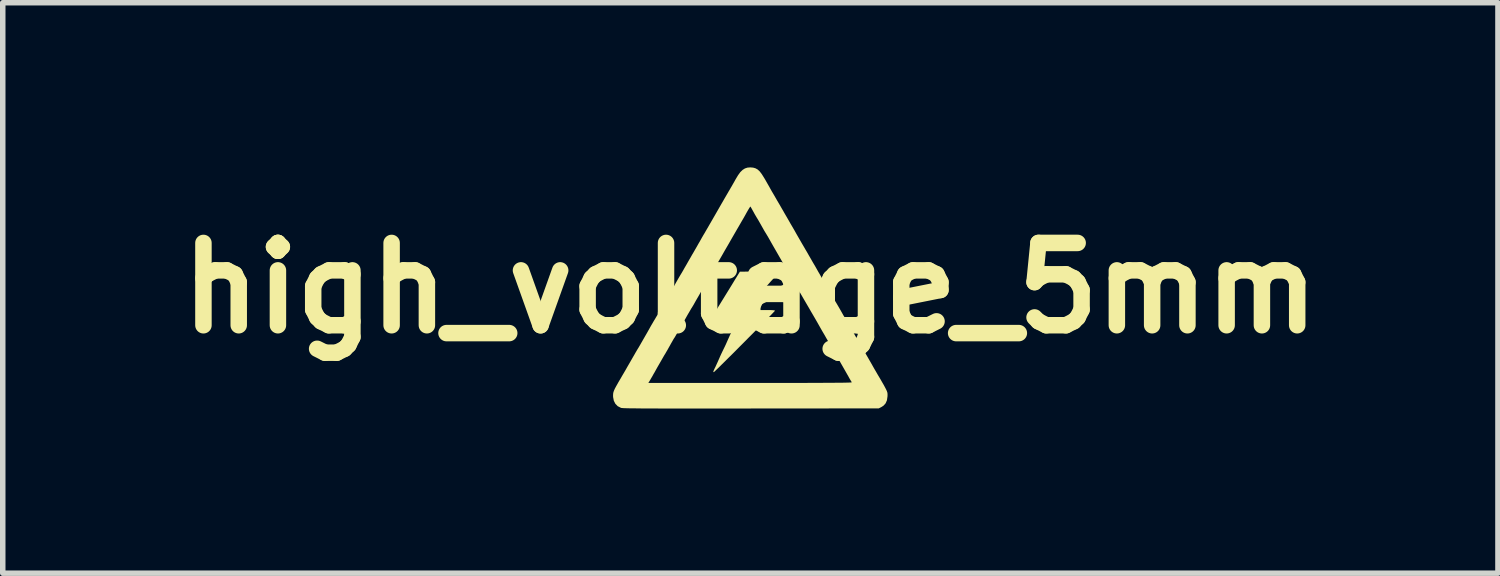
<source format=kicad_pcb>
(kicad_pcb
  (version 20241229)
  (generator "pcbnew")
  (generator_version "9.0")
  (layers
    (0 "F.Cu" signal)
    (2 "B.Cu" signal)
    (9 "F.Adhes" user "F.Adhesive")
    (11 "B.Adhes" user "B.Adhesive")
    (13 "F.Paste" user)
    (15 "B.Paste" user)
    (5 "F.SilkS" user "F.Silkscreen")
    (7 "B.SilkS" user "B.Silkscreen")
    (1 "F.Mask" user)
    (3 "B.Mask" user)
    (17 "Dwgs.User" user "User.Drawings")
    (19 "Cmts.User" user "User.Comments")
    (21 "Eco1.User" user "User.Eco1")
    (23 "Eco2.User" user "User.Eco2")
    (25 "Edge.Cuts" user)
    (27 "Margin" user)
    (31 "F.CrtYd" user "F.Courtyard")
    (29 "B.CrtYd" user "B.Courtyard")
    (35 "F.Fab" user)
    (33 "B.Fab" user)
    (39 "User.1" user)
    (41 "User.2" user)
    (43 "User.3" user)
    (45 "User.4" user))
  (footprint "high_voltage_5mm"
    (layer "F.Cu")
    (at 10.621 2.198)
    (property "Reference" "high_voltage_5mm" (at 0 0 0) (layer "F.SilkS") (effects (font (size 1.5 1.5) (thickness 0.3))))
    (attr board_only exclude_from_pos_files exclude_from_bom)
    (fp_poly (pts (xy 0.392 -0.301) (xy 0.447 -0.3) (xy 0.49 -0.299) (xy 0.517 -0.298) (xy 0.528 -0.297) (xy 0.528 -0.297) (xy 0.521 -0.288) (xy 0.504 -0.267) (xy 0.478 -0.237) (xy 0.445 -0.199) (xy 0.413 -0.164) (xy 0.372 -0.119) (xy 0.333 -0.075) (xy 0.298 -0.036) (xy 0.271 -0.005) (xy 0.259 0.008) (xy 0.234 0.038) (xy 0.201 0.074) (xy 0.168 0.111) (xy 0.162 0.118) (xy 0.127 0.156) (xy 0.09 0.196) (xy 0.057 0.231) (xy 0.054 0.235) (xy 0.02 0.272) (xy -0.017 0.314) (xy -0.043 0.344) (xy -0.09 0.401) (xy 0.18 0.401) (xy 0.263 0.401) (xy 0.328 0.401) (xy 0.378 0.402) (xy 0.413 0.404) (xy 0.435 0.407) (xy 0.447 0.41) (xy 0.449 0.413) (xy 0.443 0.421) (xy 0.423 0.442) (xy 0.393 0.474) (xy 0.352 0.516) (xy 0.302 0.567) (xy 0.245 0.625) (xy 0.182 0.69) (xy 0.113 0.759) (xy 0.041 0.832) (xy -0.034 0.907) (xy -0.11 0.984) (xy -0.186 1.06) (xy -0.26 1.135) (xy -0.332 1.207) (xy -0.401 1.275) (xy -0.464 1.338) (xy -0.521 1.394) (xy -0.57 1.443) (xy -0.611 1.482) (xy -0.641 1.511) (xy -0.66 1.529) (xy -0.667 1.534) (xy -0.674 1.526) (xy -0.674 1.524) (xy -0.67 1.51) (xy -0.659 1.485) (xy -0.65 1.465) (xy -0.636 1.438) (xy -0.618 1.398) (xy -0.596 1.35) (xy -0.574 1.3) (xy -0.571 1.293) (xy -0.549 1.243) (xy -0.527 1.195) (xy -0.508 1.155) (xy -0.494 1.127) (xy -0.493 1.124) (xy -0.479 1.096) (xy -0.46 1.057) (xy -0.439 1.011) (xy -0.424 0.977) (xy -0.399 0.921) (xy -0.371 0.858) (xy -0.342 0.798) (xy -0.33 0.773) (xy -0.31 0.73) (xy -0.292 0.692) (xy -0.279 0.663) (xy -0.273 0.648) (xy -0.264 0.626) (xy -0.509 0.623) (xy -0.753 0.62) (xy -0.706 0.542) (xy -0.683 0.505) (xy -0.654 0.457) (xy -0.62 0.403) (xy -0.587 0.348) (xy -0.574 0.327) (xy -0.52 0.239) (xy -0.465 0.15) (xy -0.407 0.056) (xy -0.343 -0.048) (xy -0.272 -0.165) (xy -0.271 -0.166) (xy -0.19 -0.298) (xy 0.169 -0.301) (xy 0.25 -0.301) (xy 0.325 -0.301)) (stroke (width 0) (type solid)) (fill yes) (layer "F.SilkS"))
    (fp_poly (pts (xy 0.05 -2.194) (xy 0.093 -2.182) (xy 0.133 -2.16) (xy 0.171 -2.125) (xy 0.209 -2.075) (xy 0.25 -2.01) (xy 0.267 -1.982) (xy 0.309 -1.908) (xy 0.343 -1.849) (xy 0.37 -1.8) (xy 0.393 -1.759) (xy 0.414 -1.724) (xy 0.434 -1.69) (xy 0.454 -1.655) (xy 0.477 -1.615) (xy 0.493 -1.587) (xy 0.524 -1.535) (xy 0.554 -1.483) (xy 0.581 -1.436) (xy 0.603 -1.399) (xy 0.609 -1.387) (xy 0.627 -1.356) (xy 0.652 -1.313) (xy 0.681 -1.263) (xy 0.712 -1.209) (xy 0.727 -1.182) (xy 0.763 -1.121) (xy 0.802 -1.054) (xy 0.84 -0.986) (xy 0.874 -0.927) (xy 0.882 -0.913) (xy 0.911 -0.863) (xy 0.939 -0.814) (xy 0.965 -0.77) (xy 0.984 -0.737) (xy 0.988 -0.731) (xy 1 -0.709) (xy 1.017 -0.681) (xy 1.038 -0.645) (xy 1.064 -0.599) (xy 1.097 -0.542) (xy 1.137 -0.472) (xy 1.186 -0.389) (xy 1.24 -0.293) (xy 1.262 -0.256) (xy 1.289 -0.208) (xy 1.32 -0.155) (xy 1.35 -0.103) (xy 1.353 -0.098) (xy 1.386 -0.041) (xy 1.422 0.021) (xy 1.457 0.082) (xy 1.485 0.132) (xy 1.512 0.178) (xy 1.538 0.224) (xy 1.561 0.263) (xy 1.576 0.288) (xy 1.593 0.317) (xy 1.617 0.358) (xy 1.643 0.403) (xy 1.661 0.435) (xy 1.689 0.485) (xy 1.721 0.541) (xy 1.751 0.592) (xy 1.765 0.615) (xy 1.793 0.664) (xy 1.823 0.714) (xy 1.854 0.769) (xy 1.89 0.832) (xy 1.933 0.907) (xy 1.961 0.957) (xy 1.989 1.006) (xy 2.017 1.055) (xy 2.043 1.098) (xy 2.061 1.128) (xy 2.072 1.147) (xy 2.085 1.167) (xy 2.099 1.191) (xy 2.116 1.221) (xy 2.138 1.259) (xy 2.165 1.306) (xy 2.199 1.365) (xy 2.24 1.438) (xy 2.267 1.485) (xy 2.29 1.524) (xy 2.318 1.573) (xy 2.349 1.625) (xy 2.371 1.662) (xy 2.399 1.711) (xy 2.428 1.761) (xy 2.453 1.807) (xy 2.468 1.836) (xy 2.486 1.873) (xy 2.496 1.901) (xy 2.5 1.927) (xy 2.5 1.961) (xy 2.499 1.977) (xy 2.489 2.046) (xy 2.465 2.101) (xy 2.426 2.144) (xy 2.389 2.168) (xy 2.34 2.193) (xy 0.01 2.195) (xy -0.247 2.195) (xy -0.484 2.195) (xy -0.704 2.195) (xy -0.906 2.195) (xy -1.091 2.195) (xy -1.261 2.195) (xy -1.415 2.195) (xy -1.554 2.195) (xy -1.679 2.195) (xy -1.791 2.194) (xy -1.891 2.194) (xy -1.979 2.194) (xy -2.055 2.193) (xy -2.121 2.192) (xy -2.177 2.192) (xy -2.225 2.191) (xy -2.263 2.19) (xy -2.294 2.189) (xy -2.319 2.188) (xy -2.336 2.186) (xy -2.349 2.185) (xy -2.356 2.183) (xy -2.357 2.183) (xy -2.416 2.153) (xy -2.459 2.109) (xy -2.487 2.054) (xy -2.5 1.987) (xy -2.501 1.962) (xy -2.5 1.937) (xy -2.498 1.914) (xy -2.492 1.891) (xy -2.482 1.864) (xy -2.467 1.831) (xy -2.445 1.79) (xy -2.416 1.739) (xy -2.411 1.729) (xy -1.858 1.729) (xy 0.000399 1.729) (xy 0.232 1.729) (xy 0.444 1.729) (xy 0.638 1.729) (xy 0.815 1.729) (xy 0.975 1.729) (xy 1.119 1.728) (xy 1.248 1.728) (xy 1.362 1.727) (xy 1.462 1.727) (xy 1.548 1.726) (xy 1.623 1.726) (xy 1.685 1.725) (xy 1.736 1.724) (xy 1.777 1.723) (xy 1.808 1.722) (xy 1.829 1.721) (xy 1.843 1.719) (xy 1.848 1.718) (xy 1.849 1.717) (xy 1.841 1.704) (xy 1.825 1.678) (xy 1.804 1.642) (xy 1.78 1.598) (xy 1.771 1.583) (xy 1.704 1.465) (xy 1.633 1.341) (xy 1.564 1.222) (xy 1.539 1.179) (xy 1.506 1.123) (xy 1.468 1.058) (xy 1.428 0.988) (xy 1.387 0.917) (xy 1.349 0.85) (xy 1.314 0.791) (xy 1.306 0.777) (xy 1.26 0.696) (xy 1.22 0.625) (xy 1.182 0.559) (xy 1.143 0.492) (xy 1.099 0.417) (xy 1.07 0.366) (xy 1.023 0.286) (xy 0.984 0.219) (xy 0.951 0.162) (xy 0.921 0.11) (xy 0.892 0.06) (xy 0.863 0.008) (xy 0.835 -0.041) (xy 0.81 -0.086) (xy 0.787 -0.126) (xy 0.769 -0.156) (xy 0.757 -0.175) (xy 0.755 -0.178) (xy 0.747 -0.19) (xy 0.731 -0.217) (xy 0.71 -0.254) (xy 0.685 -0.297) (xy 0.676 -0.313) (xy 0.646 -0.366) (xy 0.61 -0.429) (xy 0.572 -0.496) (xy 0.535 -0.56) (xy 0.523 -0.581) (xy 0.488 -0.642) (xy 0.45 -0.708) (xy 0.412 -0.774) (xy 0.379 -0.832) (xy 0.369 -0.85) (xy 0.343 -0.896) (xy 0.319 -0.938) (xy 0.299 -0.971) (xy 0.286 -0.993) (xy 0.284 -0.996) (xy 0.272 -1.015) (xy 0.254 -1.045) (xy 0.232 -1.084) (xy 0.21 -1.123) (xy 0.184 -1.169) (xy 0.158 -1.215) (xy 0.136 -1.253) (xy 0.122 -1.275) (xy 0.103 -1.307) (xy 0.079 -1.348) (xy 0.055 -1.392) (xy 0.048 -1.404) (xy 0.029 -1.439) (xy 0.013 -1.467) (xy 0.003 -1.482) (xy 0 -1.485) (xy -0.006 -1.477) (xy -0.02 -1.455) (xy -0.04 -1.422) (xy -0.063 -1.382) (xy -0.067 -1.375) (xy -0.094 -1.326) (xy -0.128 -1.266) (xy -0.165 -1.203) (xy -0.2 -1.142) (xy -0.211 -1.123) (xy -0.241 -1.072) (xy -0.269 -1.023) (xy -0.294 -0.98) (xy -0.313 -0.947) (xy -0.32 -0.935) (xy -0.335 -0.909) (xy -0.358 -0.869) (xy -0.388 -0.816) (xy -0.424 -0.754) (xy -0.465 -0.684) (xy -0.508 -0.608) (xy -0.553 -0.53) (xy -0.599 -0.451) (xy -0.6 -0.449) (xy -0.629 -0.399) (xy -0.659 -0.346) (xy -0.687 -0.298) (xy -0.707 -0.264) (xy -0.726 -0.231) (xy -0.752 -0.185) (xy -0.783 -0.132) (xy -0.816 -0.075) (xy -0.839 -0.034) (xy -0.874 0.026) (xy -0.911 0.09) (xy -0.947 0.153) (xy -0.979 0.208) (xy -0.994 0.234) (xy -1.018 0.277) (xy -1.039 0.314) (xy -1.056 0.342) (xy -1.065 0.357) (xy -1.066 0.358) (xy -1.074 0.37) (xy -1.089 0.396) (xy -1.11 0.432) (xy -1.136 0.476) (xy -1.152 0.504) (xy -1.199 0.588) (xy -1.243 0.665) (xy -1.283 0.735) (xy -1.318 0.796) (xy -1.347 0.846) (xy -1.369 0.884) (xy -1.383 0.907) (xy -1.388 0.914) (xy -1.396 0.926) (xy -1.411 0.952) (xy -1.431 0.987) (xy -1.455 1.029) (xy -1.458 1.036) (xy -1.485 1.083) (xy -1.511 1.13) (xy -1.534 1.169) (xy -1.55 1.197) (xy -1.567 1.224) (xy -1.589 1.262) (xy -1.617 1.311) (xy -1.652 1.372) (xy -1.696 1.448) (xy -1.747 1.54) (xy -1.761 1.563) (xy -1.785 1.607) (xy -1.809 1.647) (xy -1.827 1.679) (xy -1.838 1.697) (xy -1.858 1.729) (xy -2.411 1.729) (xy -2.378 1.673) (xy -2.367 1.655) (xy -2.335 1.599) (xy -2.305 1.548) (xy -2.275 1.497) (xy -2.244 1.442) (xy -2.208 1.38) (xy -2.166 1.307) (xy -2.142 1.265) (xy -2.114 1.217) (xy -2.088 1.171) (xy -2.065 1.132) (xy -2.049 1.105) (xy -2.045 1.099) (xy -2.035 1.083) (xy -2.023 1.062) (xy -2.006 1.033) (xy -1.985 0.996) (xy -1.958 0.949) (xy -1.924 0.89) (xy -1.882 0.817) (xy -1.832 0.728) (xy -1.83 0.724) (xy -1.804 0.678) (xy -1.779 0.636) (xy -1.759 0.601) (xy -1.745 0.578) (xy -1.744 0.577) (xy -1.731 0.555) (xy -1.711 0.521) (xy -1.686 0.479) (xy -1.661 0.433) (xy -1.659 0.43) (xy -1.605 0.334) (xy -1.559 0.254) (xy -1.521 0.188) (xy -1.49 0.134) (xy -1.465 0.091) (xy -1.444 0.057) (xy -1.436 0.044) (xy -1.412 0.004) (xy -1.385 -0.042) (xy -1.363 -0.083) (xy -1.338 -0.127) (xy -1.31 -0.176) (xy -1.283 -0.222) (xy -1.282 -0.224) (xy -1.257 -0.265) (xy -1.228 -0.314) (xy -1.199 -0.366) (xy -1.182 -0.395) (xy -1.157 -0.438) (xy -1.126 -0.493) (xy -1.091 -0.553) (xy -1.057 -0.613) (xy -1.039 -0.643) (xy -1.007 -0.699) (xy -0.975 -0.754) (xy -0.946 -0.806) (xy -0.921 -0.848) (xy -0.91 -0.868) (xy -0.886 -0.911) (xy -0.856 -0.963) (xy -0.826 -1.013) (xy -0.816 -1.031) (xy -0.763 -1.122) (xy -0.703 -1.226) (xy -0.639 -1.337) (xy -0.596 -1.412) (xy -0.565 -1.466) (xy -0.53 -1.527) (xy -0.493 -1.591) (xy -0.456 -1.655) (xy -0.421 -1.715) (xy -0.391 -1.767) (xy -0.367 -1.807) (xy -0.359 -1.822) (xy -0.342 -1.85) (xy -0.32 -1.889) (xy -0.293 -1.936) (xy -0.267 -1.983) (xy -0.267 -1.983) (xy -0.223 -2.056) (xy -0.182 -2.112) (xy -0.141 -2.152) (xy -0.098 -2.179) (xy -0.052 -2.194) (xy 0 -2.198)) (stroke (width 0) (type solid)) (fill yes) (layer "F.SilkS")))
  (gr_rect
    (start -3 -3)
    (end 24.243 7.394)
    (stroke (width 0.1) (type default))
    (fill no)
    (layer "Edge.Cuts")))
</source>
